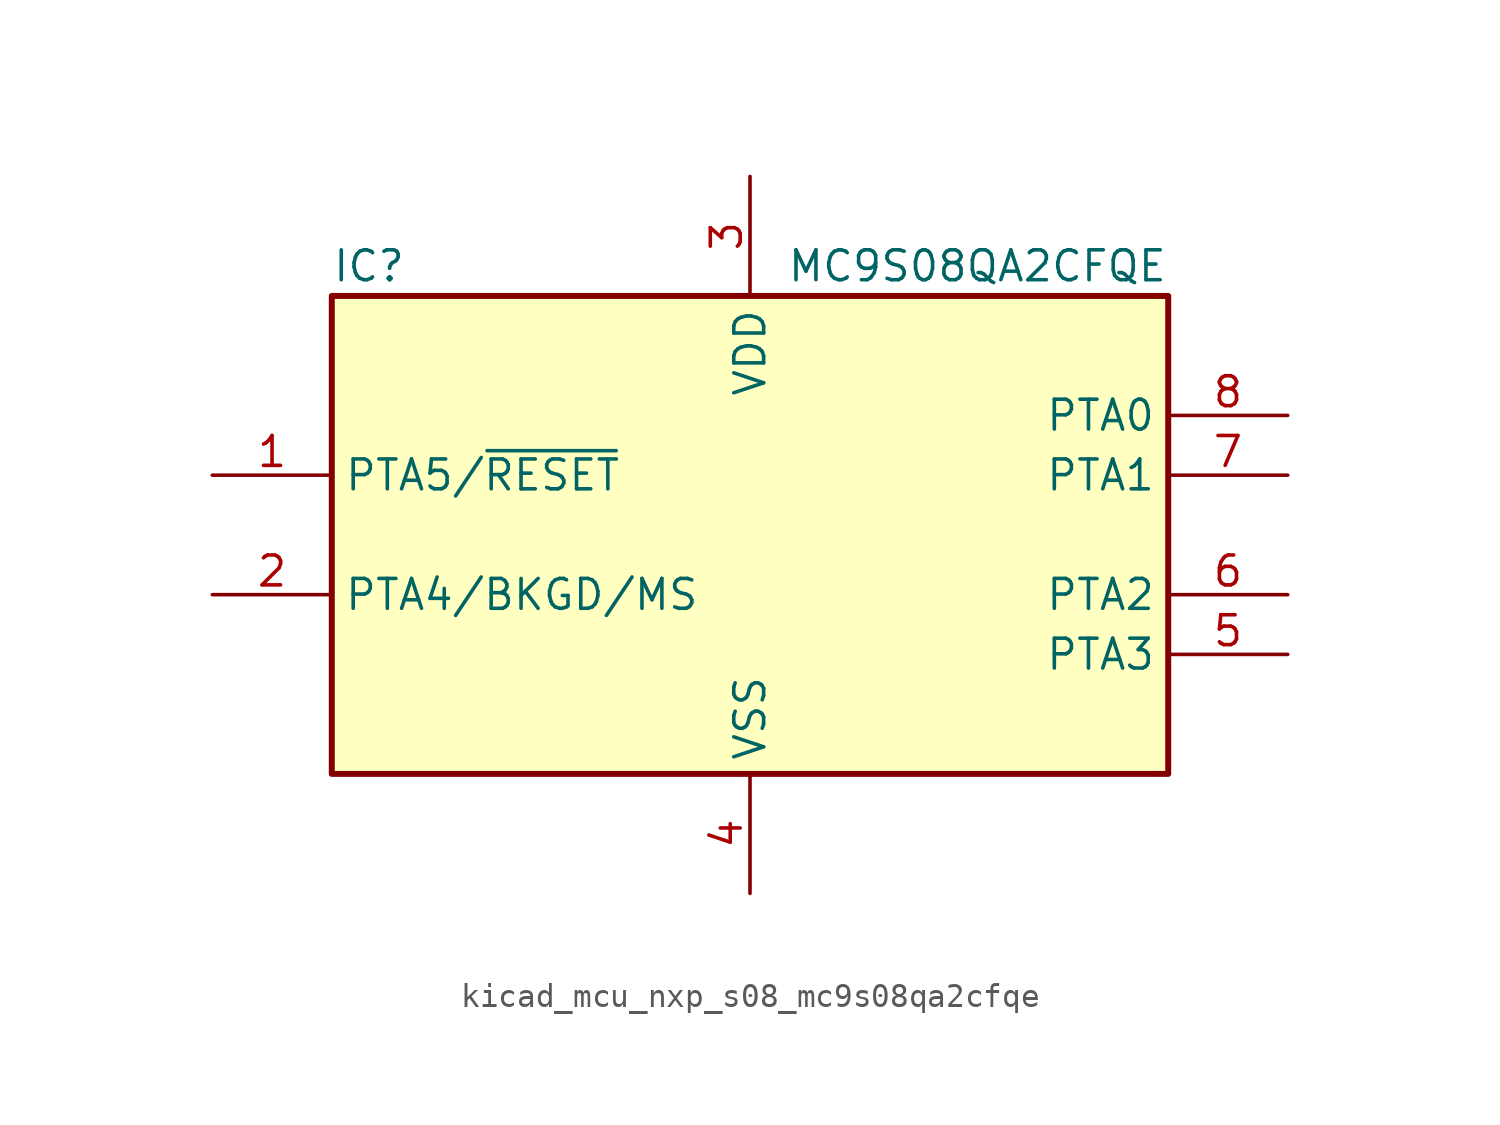
<source format=kicad_sym>
(kicad_symbol_lib
  (version 20220914)
  (generator kicad_symbol_editor)
  (symbol "kicad_mcu_nxp_s08_mc9s08qa2cfqe"
    (property "Reference" "IC"
      (at -17.78 11.43 0)
      (effects (font (size 1.27 1.27)) (justify left)))
    (property "Value" "MC9S08QA2CFQE"
      (at 17.78 11.43 0)
      (effects (font (size 1.27 1.27)) (justify right)))
    (symbol "kicad_mcu_nxp_s08_mc9s08qa2cfqe_0_1"
      (rectangle (start -17.78 10.16) (end 17.78 -10.16) (stroke (width 0.254) (type default)) (fill (type background))))
    (symbol "kicad_mcu_nxp_s08_mc9s08qa2cfqe_1_1"
      (pin bidirectional line (at -22.86 2.54 0) (length 5.08) (name "PTA5/~{RESET}" (effects (font (size 1.27 1.27)))) (number "1" (effects (font (size 1.27 1.27)))))
      (pin bidirectional line (at -22.86 -2.54 0) (length 5.08) (name "PTA4/BKGD/MS" (effects (font (size 1.27 1.27)))) (number "2" (effects (font (size 1.27 1.27)))))
      (pin power_in line (at 0 15.24 270) (length 5.08) (name "VDD" (effects (font (size 1.27 1.27)))) (number "3" (effects (font (size 1.27 1.27)))))
      (pin power_in line (at 0 -15.24 90) (length 5.08) (name "VSS" (effects (font (size 1.27 1.27)))) (number "4" (effects (font (size 1.27 1.27)))))
      (pin bidirectional line (at 22.86 -5.08 180) (length 5.08) (name "PTA3" (effects (font (size 1.27 1.27)))) (number "5" (effects (font (size 1.27 1.27)))))
      (pin bidirectional line (at 22.86 -2.54 180) (length 5.08) (name "PTA2" (effects (font (size 1.27 1.27)))) (number "6" (effects (font (size 1.27 1.27)))))
      (pin bidirectional line (at 22.86 2.54 180) (length 5.08) (name "PTA1" (effects (font (size 1.27 1.27)))) (number "7" (effects (font (size 1.27 1.27)))))
      (pin bidirectional line (at 22.86 5.08 180) (length 5.08) (name "PTA0" (effects (font (size 1.27 1.27)))) (number "8" (effects (font (size 1.27 1.27))))))))
</source>
